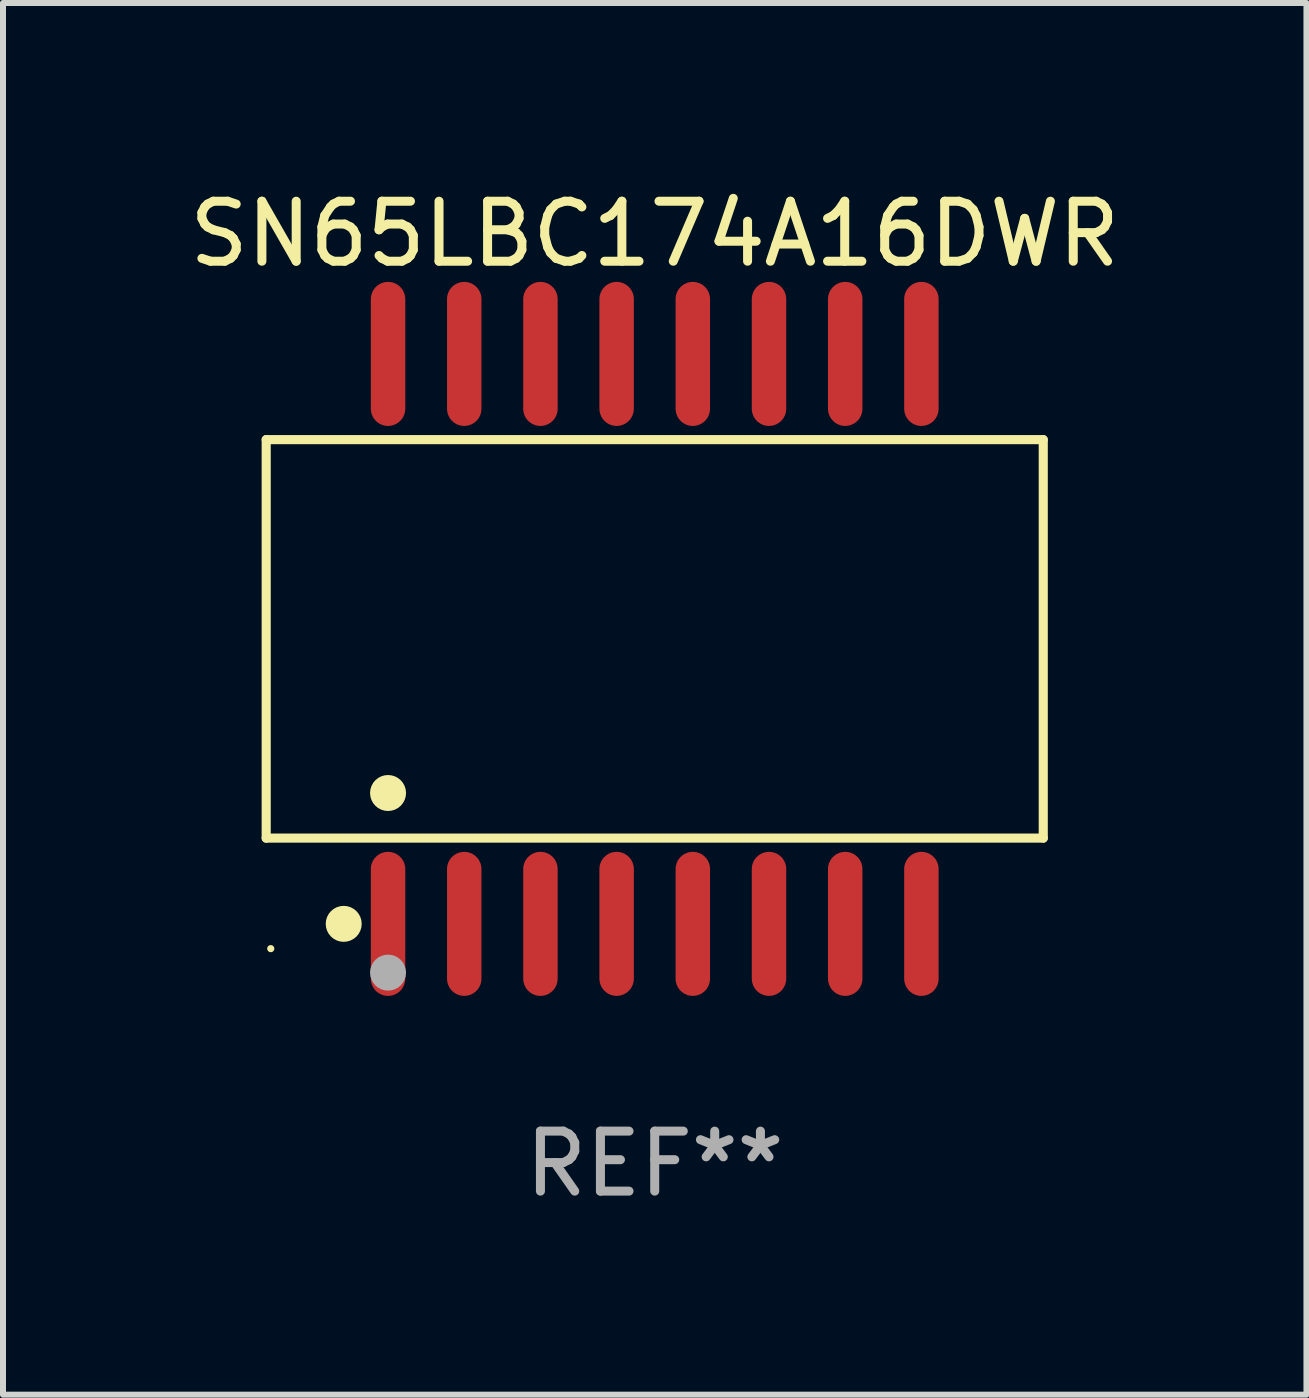
<source format=kicad_pcb>
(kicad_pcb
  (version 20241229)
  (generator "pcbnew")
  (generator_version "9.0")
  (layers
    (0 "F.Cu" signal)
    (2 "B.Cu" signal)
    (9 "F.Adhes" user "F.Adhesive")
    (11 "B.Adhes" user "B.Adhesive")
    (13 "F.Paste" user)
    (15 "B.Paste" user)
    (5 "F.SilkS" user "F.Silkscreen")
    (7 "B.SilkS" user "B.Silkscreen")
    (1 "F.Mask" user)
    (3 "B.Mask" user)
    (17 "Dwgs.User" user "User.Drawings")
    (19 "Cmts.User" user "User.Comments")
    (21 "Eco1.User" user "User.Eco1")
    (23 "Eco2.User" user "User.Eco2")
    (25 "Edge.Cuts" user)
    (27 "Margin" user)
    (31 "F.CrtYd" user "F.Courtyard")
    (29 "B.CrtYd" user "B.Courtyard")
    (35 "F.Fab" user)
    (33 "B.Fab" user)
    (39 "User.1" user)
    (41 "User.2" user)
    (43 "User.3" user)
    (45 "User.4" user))
  (footprint "SN65LBC174A16DWR"
    (layer "F.Cu")
    (at 7.863 7.599)
    (property "Reference" "SN65LBC174A16DWR" (at 0 -6.75 0) (layer "F.SilkS") (effects (font (size 1 1) (thickness 0.15))))
    (attr through_hole)
    (fp_line (start -6.476 -3.321) (end 6.476 -3.321) (stroke (width 0.152) (type solid)) (layer "F.SilkS"))
    (fp_line (start -6.476 3.321) (end -6.476 -3.321) (stroke (width 0.152) (type solid)) (layer "F.SilkS"))
    (fp_line (start 6.476 -3.321) (end 6.476 3.321) (stroke (width 0.152) (type solid)) (layer "F.SilkS"))
    (fp_line (start 6.476 3.321) (end -6.476 3.321) (stroke (width 0.152) (type solid)) (layer "F.SilkS"))
    (fp_circle (center -6.4 5.163) (end -6.37 5.163) (stroke (width 0.06) (type solid)) (fill no) (layer "F.SilkS"))
    (fp_circle (center -5.184 4.75) (end -5.034 4.75) (stroke (width 0.3) (type solid)) (fill no) (layer "F.SilkS"))
    (fp_circle (center -4.445 2.569) (end -4.295 2.569) (stroke (width 0.3) (type solid)) (fill no) (layer "F.SilkS"))
    (fp_circle (center -4.445 5.563) (end -4.295 5.563) (stroke (width 0.3) (type solid)) (fill no) (layer "F.Fab"))
    (fp_text user "REF**" (at 0 8.75 0) (layer "F.Fab") (effects (font (size 1 1) (thickness 0.15))))
    (pad "1" smd oval (at -4.445 4.75) (size 0.574 2.401) (layers "F.Cu" "F.Mask" "F.Paste"))
    (pad "2" smd oval (at -3.175 4.75) (size 0.574 2.401) (layers "F.Cu" "F.Mask" "F.Paste"))
    (pad "3" smd oval (at -1.905 4.75) (size 0.574 2.401) (layers "F.Cu" "F.Mask" "F.Paste"))
    (pad "4" smd oval (at -0.635 4.75) (size 0.574 2.401) (layers "F.Cu" "F.Mask" "F.Paste"))
    (pad "5" smd oval (at 0.635 4.75) (size 0.574 2.401) (layers "F.Cu" "F.Mask" "F.Paste"))
    (pad "6" smd oval (at 1.905 4.75) (size 0.574 2.401) (layers "F.Cu" "F.Mask" "F.Paste"))
    (pad "7" smd oval (at 3.175 4.75) (size 0.574 2.401) (layers "F.Cu" "F.Mask" "F.Paste"))
    (pad "8" smd oval (at 4.445 4.75) (size 0.574 2.401) (layers "F.Cu" "F.Mask" "F.Paste"))
    (pad "9" smd oval (at 4.445 -4.75) (size 0.574 2.401) (layers "F.Cu" "F.Mask" "F.Paste"))
    (pad "10" smd oval (at 3.175 -4.75) (size 0.574 2.401) (layers "F.Cu" "F.Mask" "F.Paste"))
    (pad "11" smd oval (at 1.905 -4.75) (size 0.574 2.401) (layers "F.Cu" "F.Mask" "F.Paste"))
    (pad "12" smd oval (at 0.635 -4.75) (size 0.574 2.401) (layers "F.Cu" "F.Mask" "F.Paste"))
    (pad "13" smd oval (at -0.635 -4.75) (size 0.574 2.401) (layers "F.Cu" "F.Mask" "F.Paste"))
    (pad "14" smd oval (at -1.905 -4.75) (size 0.574 2.401) (layers "F.Cu" "F.Mask" "F.Paste"))
    (pad "15" smd oval (at -3.175 -4.75) (size 0.574 2.401) (layers "F.Cu" "F.Mask" "F.Paste"))
    (pad "16" smd oval (at -4.445 -4.75) (size 0.574 2.401) (layers "F.Cu" "F.Mask" "F.Paste")))
  (gr_rect
    (start -3 -3)
    (end 18.726 20.197)
    (stroke (width 0.1) (type default))
    (fill no)
    (layer "Edge.Cuts")))
</source>
